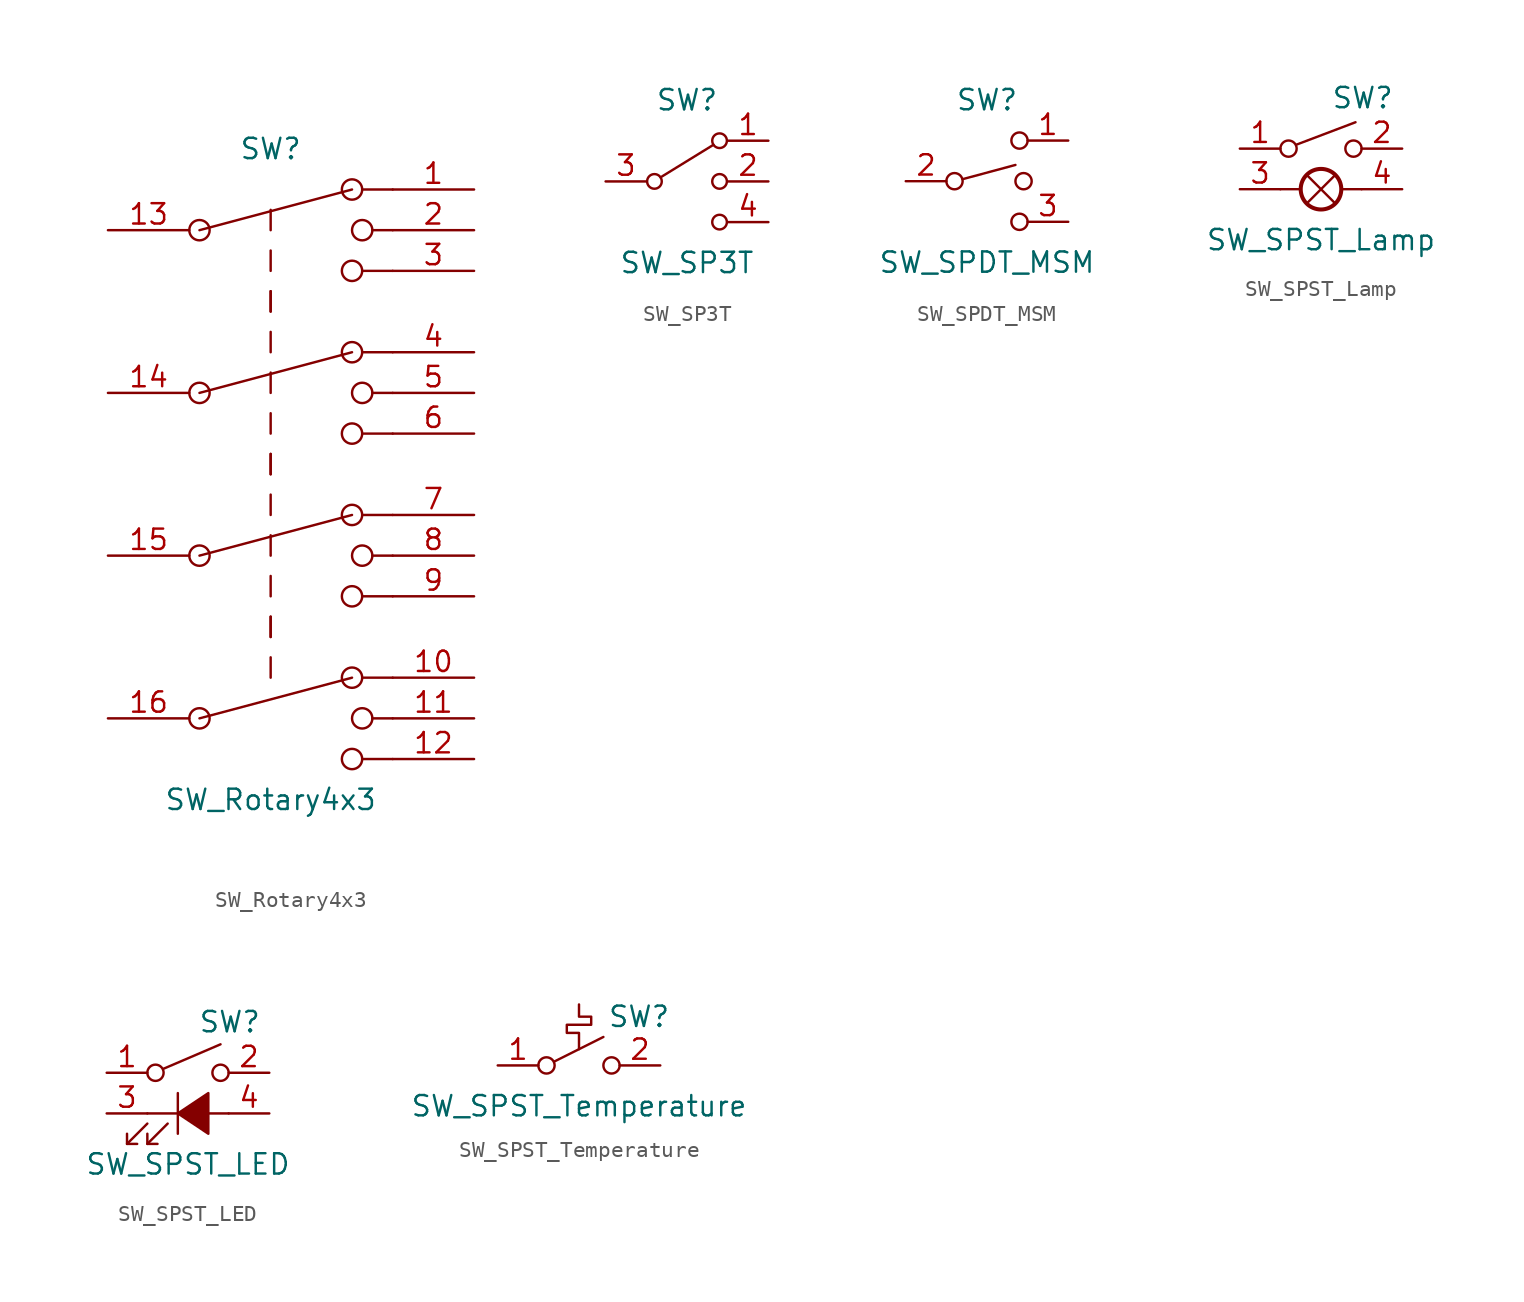
<source format=kicad_sym>
(kicad_symbol_lib
  (version 20211014)
  (generator kicad_symbol_editor)
  (symbol "SW_Rotary4x3"
    (pin_names
      (offset 1.016) hide)
    (property "Reference" "SW"
      (at 0 20.32 0)
      (effects (font (size 1.27 1.27))))
    (property "Value" "SW_Rotary4x3"
      (at 0 -20.32 0)
      (effects (font (size 1.27 1.27))))
    (symbol "SW_Rotary4x3_0_0"
      (circle (center -4.445 -15.24) (radius 0.635) (stroke (width 0) (type default) (color 0 0 0 0)) (fill (type none)))
      (circle (center -4.445 -5.08) (radius 0.635) (stroke (width 0) (type default) (color 0 0 0 0)) (fill (type none)))
      (circle (center -4.445 5.08) (radius 0.635) (stroke (width 0) (type default) (color 0 0 0 0)) (fill (type none)))
      (circle (center -4.445 15.24) (radius 0.635) (stroke (width 0) (type default) (color 0 0 0 0)) (fill (type none)))
      (polyline (pts (xy -4.445 -15.24) (xy 5.08 -12.7)) (stroke (width 0) (type default) (color 0 0 0 0)) (fill (type none)))
      (polyline (pts (xy -4.445 -5.08) (xy 5.08 -2.54)) (stroke (width 0) (type default) (color 0 0 0 0)) (fill (type none)))
      (polyline (pts (xy -4.445 5.08) (xy 5.08 7.62)) (stroke (width 0) (type default) (color 0 0 0 0)) (fill (type none)))
      (polyline (pts (xy -4.445 15.24) (xy 5.08 17.78)) (stroke (width 0) (type default) (color 0 0 0 0)) (fill (type none)))
      (polyline (pts (xy 0 -12.7) (xy 0 -11.43)) (stroke (width 0) (type default) (color 0 0 0 0)) (fill (type none)))
      (polyline (pts (xy 0 -10.16) (xy 0 -8.89)) (stroke (width 0) (type default) (color 0 0 0 0)) (fill (type none)))
      (polyline (pts (xy 0 -10.16) (xy 0 -8.89)) (stroke (width 0) (type default) (color 0 0 0 0)) (fill (type none)))
      (polyline (pts (xy 0 -7.62) (xy 0 -6.35)) (stroke (width 0) (type default) (color 0 0 0 0)) (fill (type none)))
      (polyline (pts (xy 0 -5.08) (xy 0 -3.81)) (stroke (width 0) (type default) (color 0 0 0 0)) (fill (type none)))
      (polyline (pts (xy 0 -2.54) (xy 0 -1.27)) (stroke (width 0) (type default) (color 0 0 0 0)) (fill (type none)))
      (polyline (pts (xy 0 0) (xy 0 1.27)) (stroke (width 0) (type default) (color 0 0 0 0)) (fill (type none)))
      (polyline (pts (xy 0 0) (xy 0 1.27)) (stroke (width 0) (type default) (color 0 0 0 0)) (fill (type none)))
      (polyline (pts (xy 0 2.54) (xy 0 3.81)) (stroke (width 0) (type default) (color 0 0 0 0)) (fill (type none)))
      (polyline (pts (xy 0 5.08) (xy 0 6.35)) (stroke (width 0) (type default) (color 0 0 0 0)) (fill (type none)))
      (polyline (pts (xy 0 7.62) (xy 0 8.89)) (stroke (width 0) (type default) (color 0 0 0 0)) (fill (type none)))
      (polyline (pts (xy 0 10.16) (xy 0 11.43)) (stroke (width 0) (type default) (color 0 0 0 0)) (fill (type none)))
      (polyline (pts (xy 0 10.16) (xy 0 11.43)) (stroke (width 0) (type default) (color 0 0 0 0)) (fill (type none)))
      (polyline (pts (xy 0 12.7) (xy 0 13.97)) (stroke (width 0) (type default) (color 0 0 0 0)) (fill (type none)))
      (polyline (pts (xy 0 15.24) (xy 0 16.51)) (stroke (width 0) (type default) (color 0 0 0 0)) (fill (type none)))
      (polyline (pts (xy 5.715 -17.78) (xy 7.62 -17.78)) (stroke (width 0) (type default) (color 0 0 0 0)) (fill (type none)))
      (polyline (pts (xy 5.715 -12.7) (xy 7.62 -12.7)) (stroke (width 0) (type default) (color 0 0 0 0)) (fill (type none)))
      (polyline (pts (xy 5.715 -7.62) (xy 7.62 -7.62)) (stroke (width 0) (type default) (color 0 0 0 0)) (fill (type none)))
      (polyline (pts (xy 5.715 -2.54) (xy 7.62 -2.54)) (stroke (width 0) (type default) (color 0 0 0 0)) (fill (type none)))
      (polyline (pts (xy 5.715 2.54) (xy 7.62 2.54)) (stroke (width 0) (type default) (color 0 0 0 0)) (fill (type none)))
      (polyline (pts (xy 5.715 7.62) (xy 7.62 7.62)) (stroke (width 0) (type default) (color 0 0 0 0)) (fill (type none)))
      (polyline (pts (xy 5.715 12.7) (xy 7.62 12.7)) (stroke (width 0) (type default) (color 0 0 0 0)) (fill (type none)))
      (polyline (pts (xy 5.715 17.78) (xy 7.62 17.78)) (stroke (width 0) (type default) (color 0 0 0 0)) (fill (type none)))
      (polyline (pts (xy 6.35 -15.24) (xy 7.62 -15.24)) (stroke (width 0) (type default) (color 0 0 0 0)) (fill (type none)))
      (polyline (pts (xy 6.35 -5.08) (xy 7.62 -5.08)) (stroke (width 0) (type default) (color 0 0 0 0)) (fill (type none)))
      (polyline (pts (xy 6.35 5.08) (xy 7.62 5.08)) (stroke (width 0) (type default) (color 0 0 0 0)) (fill (type none)))
      (polyline (pts (xy 6.35 15.24) (xy 7.62 15.24)) (stroke (width 0) (type default) (color 0 0 0 0)) (fill (type none)))
      (circle (center 5.08 -17.78) (radius 0.635) (stroke (width 0) (type default) (color 0 0 0 0)) (fill (type none)))
      (circle (center 5.08 -12.7) (radius 0.635) (stroke (width 0) (type default) (color 0 0 0 0)) (fill (type none)))
      (circle (center 5.08 -7.62) (radius 0.635) (stroke (width 0) (type default) (color 0 0 0 0)) (fill (type none)))
      (circle (center 5.08 -2.54) (radius 0.635) (stroke (width 0) (type default) (color 0 0 0 0)) (fill (type none)))
      (circle (center 5.08 2.54) (radius 0.635) (stroke (width 0) (type default) (color 0 0 0 0)) (fill (type none)))
      (circle (center 5.08 7.62) (radius 0.635) (stroke (width 0) (type default) (color 0 0 0 0)) (fill (type none)))
      (circle (center 5.08 12.7) (radius 0.635) (stroke (width 0) (type default) (color 0 0 0 0)) (fill (type none)))
      (circle (center 5.08 17.78) (radius 0.635) (stroke (width 0) (type default) (color 0 0 0 0)) (fill (type none)))
      (circle (center 5.715 -15.24) (radius 0.635) (stroke (width 0) (type default) (color 0 0 0 0)) (fill (type none)))
      (circle (center 5.715 -5.08) (radius 0.635) (stroke (width 0) (type default) (color 0 0 0 0)) (fill (type none)))
      (circle (center 5.715 5.08) (radius 0.635) (stroke (width 0) (type default) (color 0 0 0 0)) (fill (type none)))
      (circle (center 5.715 15.24) (radius 0.635) (stroke (width 0) (type default) (color 0 0 0 0)) (fill (type none))))
    (symbol "SW_Rotary4x3_0_1"
      (pin passive line (at 12.7 17.78 180) (length 5.08) (name "1" (effects (font (size 1.27 1.27)))) (number "1" (effects (font (size 1.27 1.27)))))
      (pin passive line (at 12.7 -12.7 180) (length 5.08) (name "10" (effects (font (size 1.27 1.27)))) (number "10" (effects (font (size 1.27 1.27)))))
      (pin passive line (at 12.7 -15.24 180) (length 5.08) (name "11" (effects (font (size 1.27 1.27)))) (number "11" (effects (font (size 1.27 1.27)))))
      (pin passive line (at 12.7 -17.78 180) (length 5.08) (name "12" (effects (font (size 1.27 1.27)))) (number "12" (effects (font (size 1.27 1.27)))))
      (pin passive line (at -10.16 15.24 0) (length 5.08) (name "13" (effects (font (size 1.27 1.27)))) (number "13" (effects (font (size 1.27 1.27)))))
      (pin passive line (at -10.16 5.08 0) (length 5.08) (name "14" (effects (font (size 1.27 1.27)))) (number "14" (effects (font (size 1.27 1.27)))))
      (pin passive line (at -10.16 -5.08 0) (length 5.08) (name "15" (effects (font (size 1.27 1.27)))) (number "15" (effects (font (size 1.27 1.27)))))
      (pin passive line (at -10.16 -15.24 0) (length 5.08) (name "16" (effects (font (size 1.27 1.27)))) (number "16" (effects (font (size 1.27 1.27)))))
      (pin passive line (at 12.7 15.24 180) (length 5.08) (name "2" (effects (font (size 1.27 1.27)))) (number "2" (effects (font (size 1.27 1.27)))))
      (pin passive line (at 12.7 12.7 180) (length 5.08) (name "3" (effects (font (size 1.27 1.27)))) (number "3" (effects (font (size 1.27 1.27)))))
      (pin passive line (at 12.7 7.62 180) (length 5.08) (name "4" (effects (font (size 1.27 1.27)))) (number "4" (effects (font (size 1.27 1.27)))))
      (pin passive line (at 12.7 5.08 180) (length 5.08) (name "5" (effects (font (size 1.27 1.27)))) (number "5" (effects (font (size 1.27 1.27)))))
      (pin passive line (at 12.7 2.54 180) (length 5.08) (name "6" (effects (font (size 1.27 1.27)))) (number "6" (effects (font (size 1.27 1.27)))))
      (pin passive line (at 12.7 -2.54 180) (length 5.08) (name "7" (effects (font (size 1.27 1.27)))) (number "7" (effects (font (size 1.27 1.27)))))
      (pin passive line (at 12.7 -5.08 180) (length 5.08) (name "8" (effects (font (size 1.27 1.27)))) (number "8" (effects (font (size 1.27 1.27)))))
      (pin passive line (at 12.7 -7.62 180) (length 5.08) (name "9" (effects (font (size 1.27 1.27)))) (number "9" (effects (font (size 1.27 1.27)))))))
  (symbol "SW_SP3T"
    (pin_names
      (offset 0) hide)
    (property "Reference" "SW"
      (at 0 5.08 0)
      (effects (font (size 1.27 1.27))))
    (property "Value" "SW_SP3T"
      (at 0 -5.08 0)
      (effects (font (size 1.27 1.27))))
    (symbol "SW_SP3T_0_1"
      (circle (center -2.032 0) (radius 0.457) (stroke (width 0) (type default) (color 0 0 0 0)) (fill (type none)))
      (polyline (pts (xy -1.651 0.254) (xy 1.651 2.286)) (stroke (width 0) (type default) (color 0 0 0 0)) (fill (type none)))
      (circle (center 2.032 -2.54) (radius 0.457) (stroke (width 0) (type default) (color 0 0 0 0)) (fill (type none)))
      (circle (center 2.032 0) (radius 0.457) (stroke (width 0) (type default) (color 0 0 0 0)) (fill (type none)))
      (circle (center 2.032 2.54) (radius 0.457) (stroke (width 0) (type default) (color 0 0 0 0)) (fill (type none))))
    (symbol "SW_SP3T_1_1"
      (pin passive line (at 5.08 2.54 180) (length 2.54) (name "1" (effects (font (size 1.27 1.27)))) (number "1" (effects (font (size 1.27 1.27)))))
      (pin passive line (at 5.08 0 180) (length 2.54) (name "2" (effects (font (size 1.27 1.27)))) (number "2" (effects (font (size 1.27 1.27)))))
      (pin passive line (at -5.08 0 0) (length 2.54) (name "3" (effects (font (size 1.27 1.27)))) (number "3" (effects (font (size 1.27 1.27)))))
      (pin passive line (at 5.08 -2.54 180) (length 2.54) (name "4" (effects (font (size 1.27 1.27)))) (number "4" (effects (font (size 1.27 1.27)))))))
  (symbol "SW_SPDT_MSM"
    (pin_names
      (offset 0) hide)
    (property "Reference" "SW"
      (at 0 5.08 0)
      (effects (font (size 1.27 1.27))))
    (property "Value" "SW_SPDT_MSM"
      (at 0 -5.08 0)
      (effects (font (size 1.27 1.27))))
    (symbol "SW_SPDT_MSM_0_0"
      (circle (center -2.032 0) (radius 0.508) (stroke (width 0) (type default) (color 0 0 0 0)) (fill (type none)))
      (polyline (pts (xy -1.524 0.127) (xy 1.778 1.016)) (stroke (width 0) (type default) (color 0 0 0 0)) (fill (type none)))
      (circle (center 2.032 -2.54) (radius 0.508) (stroke (width 0) (type default) (color 0 0 0 0)) (fill (type none))))
    (symbol "SW_SPDT_MSM_0_1"
      (circle (center 2.032 2.54) (radius 0.508) (stroke (width 0) (type default) (color 0 0 0 0)) (fill (type none)))
      (circle (center 2.286 0) (radius 0.508) (stroke (width 0) (type default) (color 0 0 0 0)) (fill (type none))))
    (symbol "SW_SPDT_MSM_1_1"
      (pin passive line (at 5.08 2.54 180) (length 2.54) (name "1" (effects (font (size 1.27 1.27)))) (number "1" (effects (font (size 1.27 1.27)))))
      (pin passive line (at -5.08 0 0) (length 2.54) (name "2" (effects (font (size 1.27 1.27)))) (number "2" (effects (font (size 1.27 1.27)))))
      (pin passive line (at 5.08 -2.54 180) (length 2.54) (name "3" (effects (font (size 1.27 1.27)))) (number "3" (effects (font (size 1.27 1.27)))))))
  (symbol "SW_SPST_Lamp"
    (pin_names
      (offset 1.016) hide)
    (property "Reference" "SW"
      (at 0.635 5.715 0)
      (effects (font (size 1.27 1.27)) (justify left)))
    (property "Value" "SW_SPST_Lamp"
      (at 0 -3.175 0)
      (effects (font (size 1.27 1.27))))
    (symbol "SW_SPST_Lamp_0_1"
      (circle (center -2.032 2.54) (radius 0.508) (stroke (width 0) (type default) (color 0 0 0 0)) (fill (type none)))
      (polyline (pts (xy -2.54 0) (xy -1.27 0)) (stroke (width 0) (type default) (color 0 0 0 0)) (fill (type none)))
      (polyline (pts (xy -1.524 2.794) (xy 2.159 4.191)) (stroke (width 0) (type default) (color 0 0 0 0)) (fill (type none)))
      (polyline (pts (xy -0.889 -0.889) (xy 0.889 0.889)) (stroke (width 0) (type default) (color 0 0 0 0)) (fill (type none)))
      (polyline (pts (xy 0.889 -0.889) (xy -0.889 0.889)) (stroke (width 0) (type default) (color 0 0 0 0)) (fill (type none)))
      (polyline (pts (xy 2.54 0) (xy 1.27 0)) (stroke (width 0) (type default) (color 0 0 0 0)) (fill (type none)))
      (circle (center 0 0) (radius 1.27) (stroke (width 0.254) (type default) (color 0 0 0 0)) (fill (type none)))
      (circle (center 2.032 2.54) (radius 0.508) (stroke (width 0) (type default) (color 0 0 0 0)) (fill (type none)))
      (pin passive line (at -5.08 2.54 0) (length 2.54) (name "1" (effects (font (size 1.27 1.27)))) (number "1" (effects (font (size 1.27 1.27)))))
      (pin passive line (at 5.08 2.54 180) (length 2.54) (name "2" (effects (font (size 1.27 1.27)))) (number "2" (effects (font (size 1.27 1.27)))))
      (pin passive line (at -5.08 0 0) (length 2.54) (name "L" (effects (font (size 1.27 1.27)))) (number "3" (effects (font (size 1.27 1.27)))))
      (pin passive line (at 5.08 0 180) (length 2.54) (name "L" (effects (font (size 1.27 1.27)))) (number "4" (effects (font (size 1.27 1.27)))))))
  (symbol "SW_SPST_LED"
    (pin_names
      (offset 1.016) hide)
    (property "Reference" "SW"
      (at 0.635 5.715 0)
      (effects (font (size 1.27 1.27)) (justify left)))
    (property "Value" "SW_SPST_LED"
      (at 0 -3.175 0)
      (effects (font (size 1.27 1.27))))
    (symbol "SW_SPST_LED_0_0"
      (polyline (pts (xy -3.81 -1.905) (xy -2.54 -0.635)) (stroke (width 0) (type default) (color 0 0 0 0)) (fill (type none)))
      (polyline (pts (xy -2.54 -1.905) (xy -1.27 -0.635)) (stroke (width 0) (type default) (color 0 0 0 0)) (fill (type none)))
      (polyline (pts (xy -2.54 0) (xy 2.54 0)) (stroke (width 0) (type default) (color 0 0 0 0)) (fill (type none)))
      (polyline (pts (xy -0.635 1.27) (xy -0.635 -1.27)) (stroke (width 0) (type default) (color 0 0 0 0)) (fill (type none)))
      (polyline (pts (xy -3.81 -1.27) (xy -3.81 -1.905) (xy -3.175 -1.905)) (stroke (width 0) (type default) (color 0 0 0 0)) (fill (type none)))
      (polyline (pts (xy -2.54 -1.27) (xy -2.54 -1.905) (xy -1.905 -1.905)) (stroke (width 0) (type default) (color 0 0 0 0)) (fill (type none)))
      (polyline (pts (xy -0.635 0) (xy 1.27 1.27) (xy 1.27 -1.27) (xy -0.635 0)) (stroke (width 0) (type default) (color 0 0 0 0)) (fill (type outline))))
    (symbol "SW_SPST_LED_0_1"
      (circle (center -2.032 2.54) (radius 0.508) (stroke (width 0) (type default) (color 0 0 0 0)) (fill (type none)))
      (polyline (pts (xy -1.524 2.794) (xy 2.032 4.318)) (stroke (width 0) (type default) (color 0 0 0 0)) (fill (type none)))
      (circle (center 2.032 2.54) (radius 0.508) (stroke (width 0) (type default) (color 0 0 0 0)) (fill (type none)))
      (pin passive line (at -5.08 2.54 0) (length 2.54) (name "1" (effects (font (size 1.27 1.27)))) (number "1" (effects (font (size 1.27 1.27)))))
      (pin passive line (at 5.08 2.54 180) (length 2.54) (name "2" (effects (font (size 1.27 1.27)))) (number "2" (effects (font (size 1.27 1.27)))))
      (pin passive line (at -5.08 0 0) (length 2.54) (name "K" (effects (font (size 1.27 1.27)))) (number "3" (effects (font (size 1.27 1.27)))))
      (pin passive line (at 5.08 0 180) (length 2.54) (name "A" (effects (font (size 1.27 1.27)))) (number "4" (effects (font (size 1.27 1.27)))))))
  (symbol "SW_SPST_Temperature"
    (pin_names
      (offset 0) hide)
    (property "Reference" "SW"
      (at 1.778 3.048 0)
      (effects (font (size 1.27 1.27)) (justify left)))
    (property "Value" "SW_SPST_Temperature"
      (at 0 -2.54 0)
      (effects (font (size 1.27 1.27))))
    (symbol "SW_SPST_Temperature_0_0"
      (circle (center -2.032 0) (radius 0.508) (stroke (width 0) (type default) (color 0 0 0 0)) (fill (type none)))
      (polyline (pts (xy -1.524 0.254) (xy 1.524 1.778)) (stroke (width 0) (type default) (color 0 0 0 0)) (fill (type none)))
      (polyline (pts (xy 0 1.016) (xy 0 2.032) (xy -0.762 2.032) (xy -0.762 2.54) (xy 0.762 2.54) (xy 0.762 3.048) (xy 0 3.048) (xy 0 3.81)) (stroke (width 0) (type default) (color 0 0 0 0)) (fill (type none)))
      (circle (center 2.032 0) (radius 0.508) (stroke (width 0) (type default) (color 0 0 0 0)) (fill (type none))))
    (symbol "SW_SPST_Temperature_1_1"
      (pin passive line (at -5.08 0 0) (length 2.54) (name "A" (effects (font (size 1.27 1.27)))) (number "1" (effects (font (size 1.27 1.27)))))
      (pin passive line (at 5.08 0 180) (length 2.54) (name "B" (effects (font (size 1.27 1.27)))) (number "2" (effects (font (size 1.27 1.27))))))))
</source>
